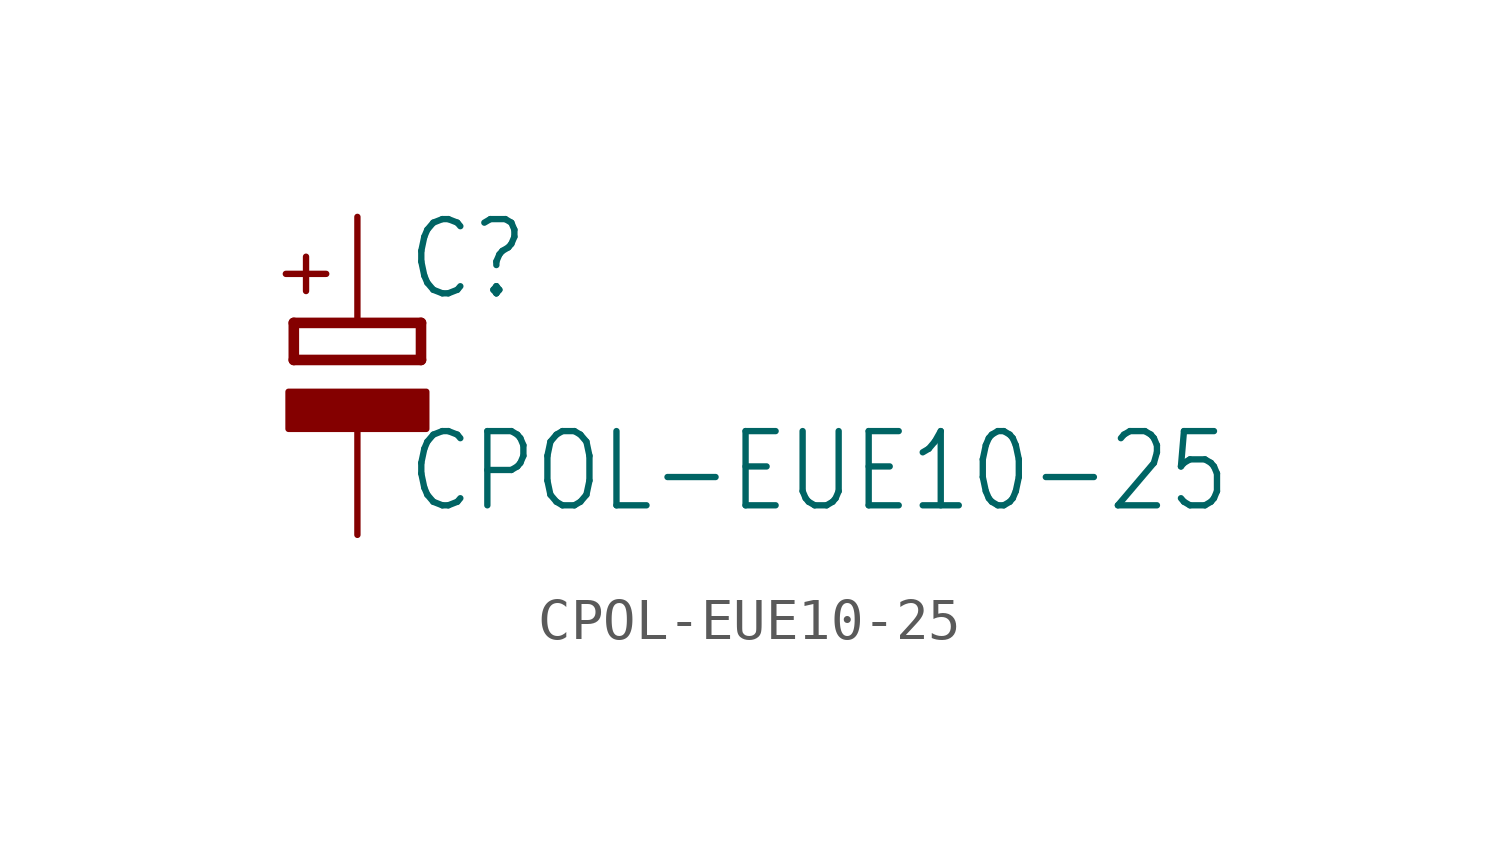
<source format=kicad_sym>
(kicad_symbol_lib
  (version 20210619)
  (generator kicad_symbol_editor)
  (symbol "CPOL-EUE10-25"
    (property "Reference" "C"
      (at 1.143 0.483 0)
      (effects (font (size 1.778 1.511)) (justify left bottom)))
    (property "Value" "CPOL-EUE10-25"
      (at 1.143 -4.597 0)
      (effects (font (size 1.778 1.511)) (justify left bottom)))
    (property "ki_locked" ""
      (at 0 0 0)
      (effects (font (size 1.27 1.27))))
    (symbol "CPOL-EUE10-25_1_0"
      (text "+" (at -0.584 0.406 900) (effects (font (size 1.27 1.079)) (justify left bottom)))
      (rectangle (start -1.651 -2.54) (end 1.651 -1.651) (stroke (width 0)) (fill (type outline)))
      (polyline (pts (xy -1.524 -0.889) (xy 1.524 -0.889)) (stroke (width 0.254)) (fill (type none)))
      (polyline (pts (xy -1.524 0) (xy -1.524 -0.889)) (stroke (width 0.254)) (fill (type none)))
      (polyline (pts (xy -1.524 0) (xy 1.524 0)) (stroke (width 0.254)) (fill (type none)))
      (polyline (pts (xy 1.524 -0.889) (xy 1.524 0)) (stroke (width 0.254)) (fill (type none)))
      (pin passive line (at 0 2.54 270) (length 2.54) (name "+" (effects (font (size 0 0)))) (number "+" (effects (font (size 0 0)))))
      (pin passive line (at 0 -5.08 90) (length 2.54) (name "-" (effects (font (size 0 0)))) (number "-" (effects (font (size 0 0))))))))
</source>
